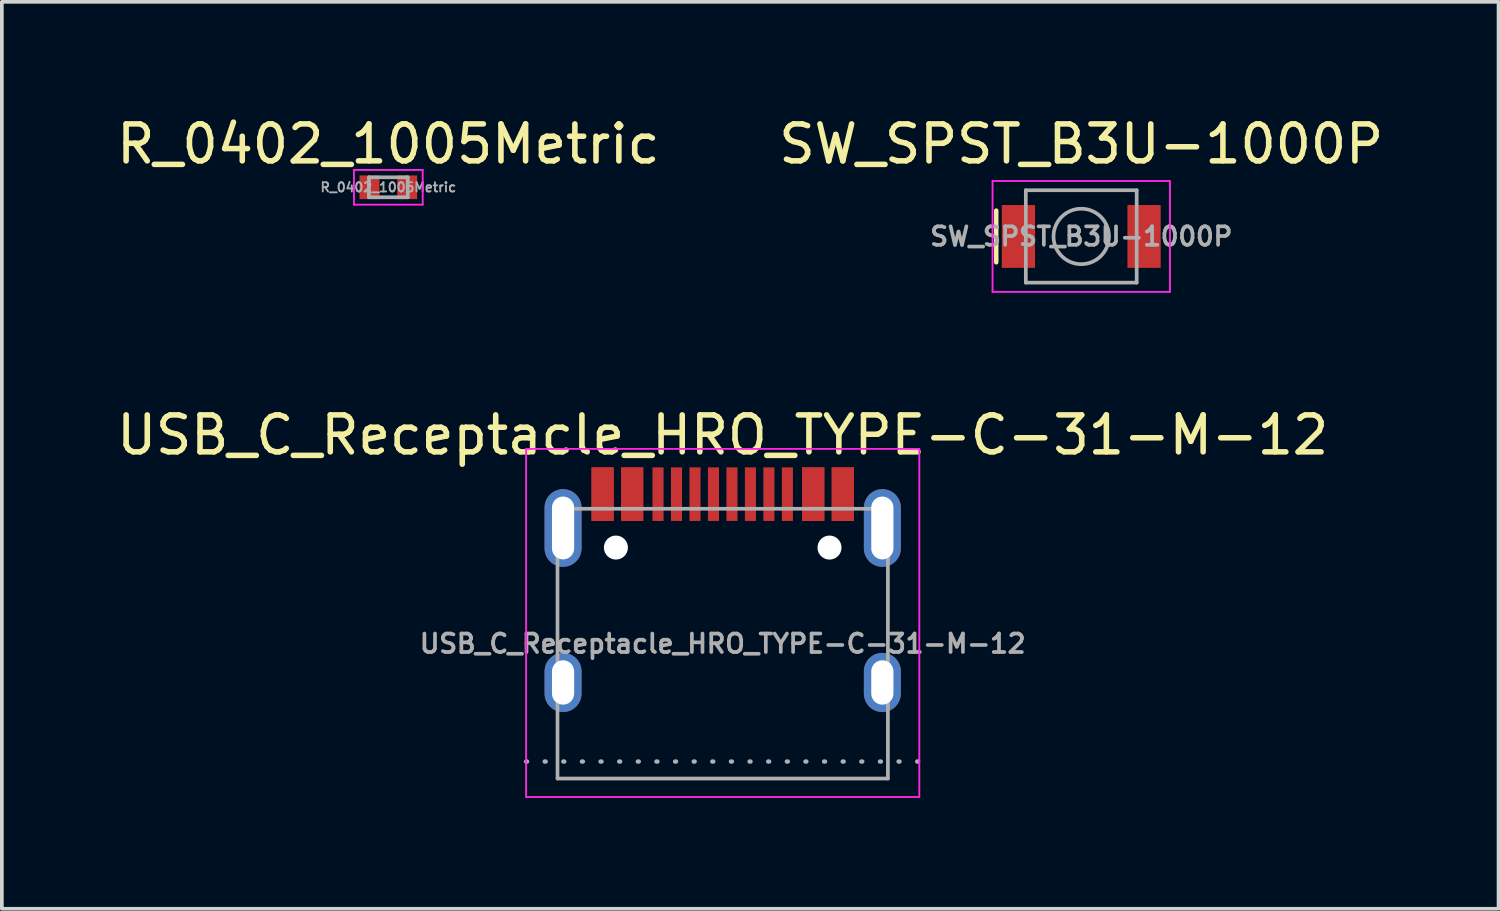
<source format=kicad_pcb>
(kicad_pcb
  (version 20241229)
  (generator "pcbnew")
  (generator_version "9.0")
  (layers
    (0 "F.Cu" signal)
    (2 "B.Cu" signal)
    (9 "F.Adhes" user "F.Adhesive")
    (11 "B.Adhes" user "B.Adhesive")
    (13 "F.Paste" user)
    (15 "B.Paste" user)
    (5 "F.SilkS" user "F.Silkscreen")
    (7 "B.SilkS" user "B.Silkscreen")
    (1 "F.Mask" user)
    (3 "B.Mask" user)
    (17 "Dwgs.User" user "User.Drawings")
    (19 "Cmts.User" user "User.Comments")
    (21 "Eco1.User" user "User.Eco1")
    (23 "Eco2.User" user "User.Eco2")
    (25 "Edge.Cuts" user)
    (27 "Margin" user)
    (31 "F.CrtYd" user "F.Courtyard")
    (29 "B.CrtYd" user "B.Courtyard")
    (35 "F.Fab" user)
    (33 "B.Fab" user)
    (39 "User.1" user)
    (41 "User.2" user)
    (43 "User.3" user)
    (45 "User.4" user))
  (footprint "USB_C_Receptacle_HRO_TYPE-C-31-M-12"
    (layer "F.Cu")
    (at 16.506 14.367)
    (property "Reference" "USB_C_Receptacle_HRO_TYPE-C-31-M-12" (at 0 -5.645 0) (layer "F.SilkS") (effects (font (size 1 1) (thickness 0.15))))
    (attr smd)
    (fp_line (start -5.32 -5.27) (end -5.32 4.15) (stroke (width 0.05) (type solid)) (layer "F.CrtYd"))
    (fp_line (start -5.32 -5.27) (end 5.32 -5.27) (stroke (width 0.05) (type solid)) (layer "F.CrtYd"))
    (fp_line (start -5.32 4.15) (end 5.32 4.15) (stroke (width 0.05) (type solid)) (layer "F.CrtYd"))
    (fp_line (start 5.32 -5.27) (end 5.32 4.15) (stroke (width 0.05) (type solid)) (layer "F.CrtYd"))
    (fp_line (start -5.32 3.19) (end 5.32 3.19) (stroke (width 0.12) (type dot)) (layer "F.Fab"))
    (fp_line (start -4.47 -3.65) (end -4.47 3.65) (stroke (width 0.1) (type solid)) (layer "F.Fab"))
    (fp_line (start -4.47 -3.65) (end 4.47 -3.65) (stroke (width 0.1) (type solid)) (layer "F.Fab"))
    (fp_line (start -4.47 3.65) (end 4.47 3.65) (stroke (width 0.1) (type solid)) (layer "F.Fab"))
    (fp_line (start 4.47 -3.65) (end 4.47 3.65) (stroke (width 0.1) (type solid)) (layer "F.Fab"))
    (fp_text user "${REFERENCE}" (at 0 0 0) (layer "F.Fab") (effects (font (size 0.5 0.5) (thickness 0.1))))
    (pad "" np_thru_hole circle (at -2.89 -2.6) (size 0.65 0.65) (drill 0.65) (layers "*.Cu" "*.Mask"))
    (pad "" np_thru_hole circle (at 2.89 -2.6) (size 0.65 0.65) (drill 0.65) (layers "*.Cu" "*.Mask"))
    (pad "A1" smd rect (at -3.25 -4.045) (size 0.6 1.45) (layers "F.Cu" "F.Mask" "F.Paste"))
    (pad "A4" smd rect (at -2.45 -4.045) (size 0.6 1.45) (layers "F.Cu" "F.Mask" "F.Paste"))
    (pad "A5" smd rect (at -1.25 -4.045) (size 0.3 1.45) (layers "F.Cu" "F.Mask" "F.Paste"))
    (pad "A6" smd rect (at -0.25 -4.045) (size 0.3 1.45) (layers "F.Cu" "F.Mask" "F.Paste"))
    (pad "A7" smd rect (at 0.25 -4.045) (size 0.3 1.45) (layers "F.Cu" "F.Mask" "F.Paste"))
    (pad "A8" smd rect (at 1.25 -4.045) (size 0.3 1.45) (layers "F.Cu" "F.Mask" "F.Paste"))
    (pad "A9" smd rect (at 2.45 -4.045) (size 0.6 1.45) (layers "F.Cu" "F.Mask" "F.Paste"))
    (pad "A12" smd rect (at 3.25 -4.045) (size 0.6 1.45) (layers "F.Cu" "F.Mask" "F.Paste"))
    (pad "B1" smd rect (at 3.25 -4.045) (size 0.6 1.45) (layers "F.Cu" "F.Mask" "F.Paste"))
    (pad "B4" smd rect (at 2.45 -4.045) (size 0.6 1.45) (layers "F.Cu" "F.Mask" "F.Paste"))
    (pad "B5" smd rect (at 1.75 -4.045) (size 0.3 1.45) (layers "F.Cu" "F.Mask" "F.Paste"))
    (pad "B6" smd rect (at 0.75 -4.045) (size 0.3 1.45) (layers "F.Cu" "F.Mask" "F.Paste"))
    (pad "B7" smd rect (at -0.75 -4.045) (size 0.3 1.45) (layers "F.Cu" "F.Mask" "F.Paste"))
    (pad "B8" smd rect (at -1.75 -4.045) (size 0.3 1.45) (layers "F.Cu" "F.Mask" "F.Paste"))
    (pad "B9" smd rect (at -2.45 -4.045) (size 0.6 1.45) (layers "F.Cu" "F.Mask" "F.Paste"))
    (pad "B12" smd rect (at -3.25 -4.045) (size 0.6 1.45) (layers "F.Cu" "F.Mask" "F.Paste"))
    (pad "S1" thru_hole oval (at -4.32 -3.13) (size 1 2.1) (drill oval 0.6 1.7) (layers "*.Cu" "*.Mask"))
    (pad "S1" thru_hole oval (at -4.32 1.05) (size 1 1.6) (drill oval 0.6 1.2) (layers "*.Cu" "*.Mask"))
    (pad "S1" thru_hole oval (at 4.32 -3.13) (size 1 2.1) (drill oval 0.6 1.7) (layers "*.Cu" "*.Mask"))
    (pad "S1" thru_hole oval (at 4.32 1.05) (size 1 1.6) (drill oval 0.6 1.2) (layers "*.Cu" "*.Mask")))
  (footprint "SW_SPST_B3U-1000P"
    (layer "F.Cu")
    (at 26.208 3.348)
    (property "Reference" "SW_SPST_B3U-1000P" (at 0 -2.5 0) (layer "F.SilkS") (effects (font (size 1 1) (thickness 0.15))))
    (attr smd)
    (fp_line (start -2.3 -0.7) (end -2.3 0.7) (stroke (width 0.12) (type default)) (layer "F.SilkS"))
    (fp_line (start -2.4 -1.5) (end -2.4 1.5) (stroke (width 0.05) (type solid)) (layer "F.CrtYd"))
    (fp_line (start -2.4 1.5) (end 2.4 1.5) (stroke (width 0.05) (type solid)) (layer "F.CrtYd"))
    (fp_line (start 2.4 -1.5) (end -2.4 -1.5) (stroke (width 0.05) (type solid)) (layer "F.CrtYd"))
    (fp_line (start 2.4 1.5) (end 2.4 -1.5) (stroke (width 0.05) (type solid)) (layer "F.CrtYd"))
    (fp_line (start -1.5 -1.25) (end 1.5 -1.25) (stroke (width 0.1) (type solid)) (layer "F.Fab"))
    (fp_line (start -1.5 1.25) (end -1.5 -1.25) (stroke (width 0.1) (type solid)) (layer "F.Fab"))
    (fp_line (start 1.5 -1.25) (end 1.5 1.25) (stroke (width 0.1) (type solid)) (layer "F.Fab"))
    (fp_line (start 1.5 1.25) (end -1.5 1.25) (stroke (width 0.1) (type solid)) (layer "F.Fab"))
    (fp_circle (center 0 0) (end 0.75 0) (stroke (width 0.1) (type solid)) (fill no) (layer "F.Fab"))
    (fp_text user "${REFERENCE}" (at 0 0 0) (layer "F.Fab") (effects (font (size 0.5 0.5) (thickness 0.1) (bold yes))))
    (pad "1" smd rect (at -1.7 0) (size 0.9 1.7) (layers "F.Cu" "F.Mask" "F.Paste"))
    (pad "2" smd rect (at 1.7 0) (size 0.9 1.7) (layers "F.Cu" "F.Mask" "F.Paste")))
  (footprint "R_0402_1005Metric"
    (layer "F.Cu")
    (at 7.458 2.018)
    (property "Reference" "R_0402_1005Metric" (at 0 -1.17 180) (layer "F.SilkS") (effects (font (size 1 1) (thickness 0.15))))
    (attr smd)
    (fp_line (start -0.93 -0.47) (end 0.93 -0.47) (stroke (width 0.05) (type solid)) (layer "F.CrtYd"))
    (fp_line (start -0.93 0.47) (end -0.93 -0.47) (stroke (width 0.05) (type solid)) (layer "F.CrtYd"))
    (fp_line (start 0.93 -0.47) (end 0.93 0.47) (stroke (width 0.05) (type solid)) (layer "F.CrtYd"))
    (fp_line (start 0.93 0.47) (end -0.93 0.47) (stroke (width 0.05) (type solid)) (layer "F.CrtYd"))
    (fp_line (start -0.525 -0.27) (end 0.525 -0.27) (stroke (width 0.1) (type solid)) (layer "F.Fab"))
    (fp_line (start -0.525 0.27) (end -0.525 -0.27) (stroke (width 0.1) (type solid)) (layer "F.Fab"))
    (fp_line (start 0.525 -0.27) (end 0.525 0.27) (stroke (width 0.1) (type solid)) (layer "F.Fab"))
    (fp_line (start 0.525 0.27) (end -0.525 0.27) (stroke (width 0.1) (type solid)) (layer "F.Fab"))
    (fp_text user "${REFERENCE}" (at 0 0 180) (layer "F.Fab") (effects (font (size 0.25 0.25) (thickness 0.05) (bold yes))))
    (pad "1" smd rect (at -0.51 0) (size 0.54 0.64) (layers "F.Cu" "F.Mask" "F.Paste"))
    (pad "2" smd rect (at 0.51 0) (size 0.54 0.64) (layers "F.Cu" "F.Mask" "F.Paste")))
  (gr_rect
    (start -3 -3)
    (end 37.5 21.541)
    (stroke (width 0.1) (type default))
    (fill no)
    (layer "Edge.Cuts")))
</source>
